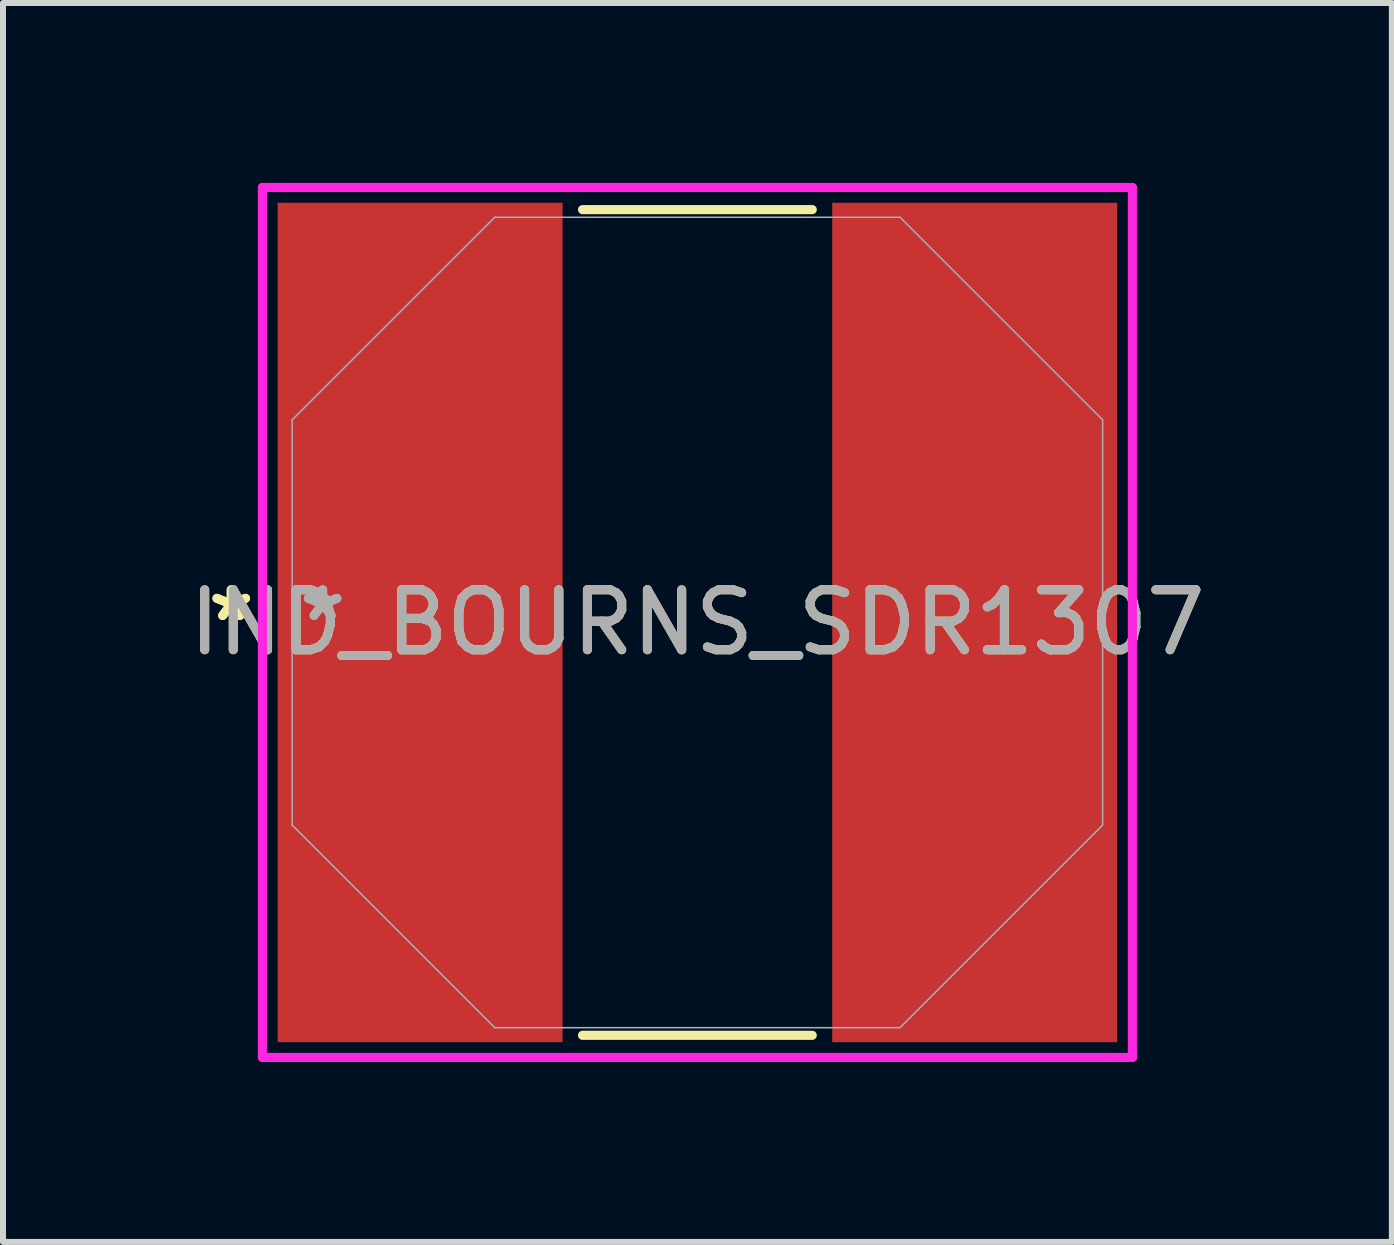
<source format=kicad_pcb>
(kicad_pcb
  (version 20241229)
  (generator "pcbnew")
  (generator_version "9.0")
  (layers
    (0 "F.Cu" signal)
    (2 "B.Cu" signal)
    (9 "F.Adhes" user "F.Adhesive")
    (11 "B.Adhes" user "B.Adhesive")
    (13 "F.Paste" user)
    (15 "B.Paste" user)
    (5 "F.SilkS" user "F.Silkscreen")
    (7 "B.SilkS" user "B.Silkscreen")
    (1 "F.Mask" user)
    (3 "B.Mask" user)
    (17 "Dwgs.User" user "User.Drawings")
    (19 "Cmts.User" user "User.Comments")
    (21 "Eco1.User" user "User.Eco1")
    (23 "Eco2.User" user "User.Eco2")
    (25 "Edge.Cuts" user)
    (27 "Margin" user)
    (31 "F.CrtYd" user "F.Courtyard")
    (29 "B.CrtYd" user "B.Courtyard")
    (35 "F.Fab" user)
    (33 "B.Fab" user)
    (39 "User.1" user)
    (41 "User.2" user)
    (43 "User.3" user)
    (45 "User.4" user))
  (footprint "IND_BOURNS_SDR1307"
    (layer "F.Cu")
    (at 8.577 7.328)
    (property "Reference" "IND_BOURNS_SDR1307" (at 0 0 0) (unlocked yes) (layer "F.SilkS") (effects (font (size 1 1) (thickness 0.15))))
    (attr smd)
    (fp_line (start -1.915 6.883) (end 1.915 6.883) (stroke (width 0.152) (type solid)) (layer "F.SilkS"))
    (fp_line (start 1.915 -6.883) (end -1.915 -6.883) (stroke (width 0.152) (type solid)) (layer "F.SilkS"))
    (fp_line (start -7.252 -7.252) (end 7.252 -7.252) (stroke (width 0.152) (type solid)) (layer "F.CrtYd"))
    (fp_line (start -7.252 7.252) (end -7.252 -7.252) (stroke (width 0.152) (type solid)) (layer "F.CrtYd"))
    (fp_line (start 7.252 -7.252) (end 7.252 7.252) (stroke (width 0.152) (type solid)) (layer "F.CrtYd"))
    (fp_line (start 7.252 7.252) (end -7.252 7.252) (stroke (width 0.152) (type solid)) (layer "F.CrtYd"))
    (fp_line (start -6.756 -3.378) (end -6.756 3.378) (stroke (width 0.025) (type solid)) (layer "F.Fab"))
    (fp_line (start -6.756 3.378) (end -3.378 6.756) (stroke (width 0.025) (type solid)) (layer "F.Fab"))
    (fp_line (start -3.378 -6.756) (end -6.756 -3.378) (stroke (width 0.025) (type solid)) (layer "F.Fab"))
    (fp_line (start -3.378 6.756) (end 3.378 6.756) (stroke (width 0.025) (type solid)) (layer "F.Fab"))
    (fp_line (start 3.378 -6.756) (end -3.378 -6.756) (stroke (width 0.025) (type solid)) (layer "F.Fab"))
    (fp_line (start 3.378 6.756) (end 6.756 3.378) (stroke (width 0.025) (type solid)) (layer "F.Fab"))
    (fp_line (start 6.756 -3.378) (end 3.378 -6.756) (stroke (width 0.025) (type solid)) (layer "F.Fab"))
    (fp_line (start 6.756 3.378) (end 6.756 -3.378) (stroke (width 0.025) (type solid)) (layer "F.Fab"))
    (fp_text user "*" (at -7.772 0 0) (layer "F.SilkS") (effects (font (size 1 1) (thickness 0.15))))
    (fp_text user "*" (at -7.772 0 0) (unlocked yes) (layer "F.SilkS") (effects (font (size 1 1) (thickness 0.15))))
    (fp_text user "*" (at -6.248 0 0) (unlocked yes) (layer "F.Fab") (effects (font (size 1 1) (thickness 0.15))))
    (fp_text user "${REFERENCE}" (at 0 0 0) (unlocked yes) (layer "F.Fab") (effects (font (size 1 1) (thickness 0.15))))
    (fp_text user "*" (at -6.248 0 0) (layer "F.Fab") (effects (font (size 1 1) (thickness 0.15))))
    (pad "1" smd rect (at -4.623 0) (size 4.75 13.995) (layers "F.Cu" "F.Mask" "F.Paste"))
    (pad "2" smd rect (at 4.623 0) (size 4.75 13.995) (layers "F.Cu" "F.Mask" "F.Paste")))
  (gr_rect
    (start -3 -3)
    (end 20.155 17.656)
    (stroke (width 0.1) (type default))
    (fill no)
    (layer "Edge.Cuts")))
</source>
